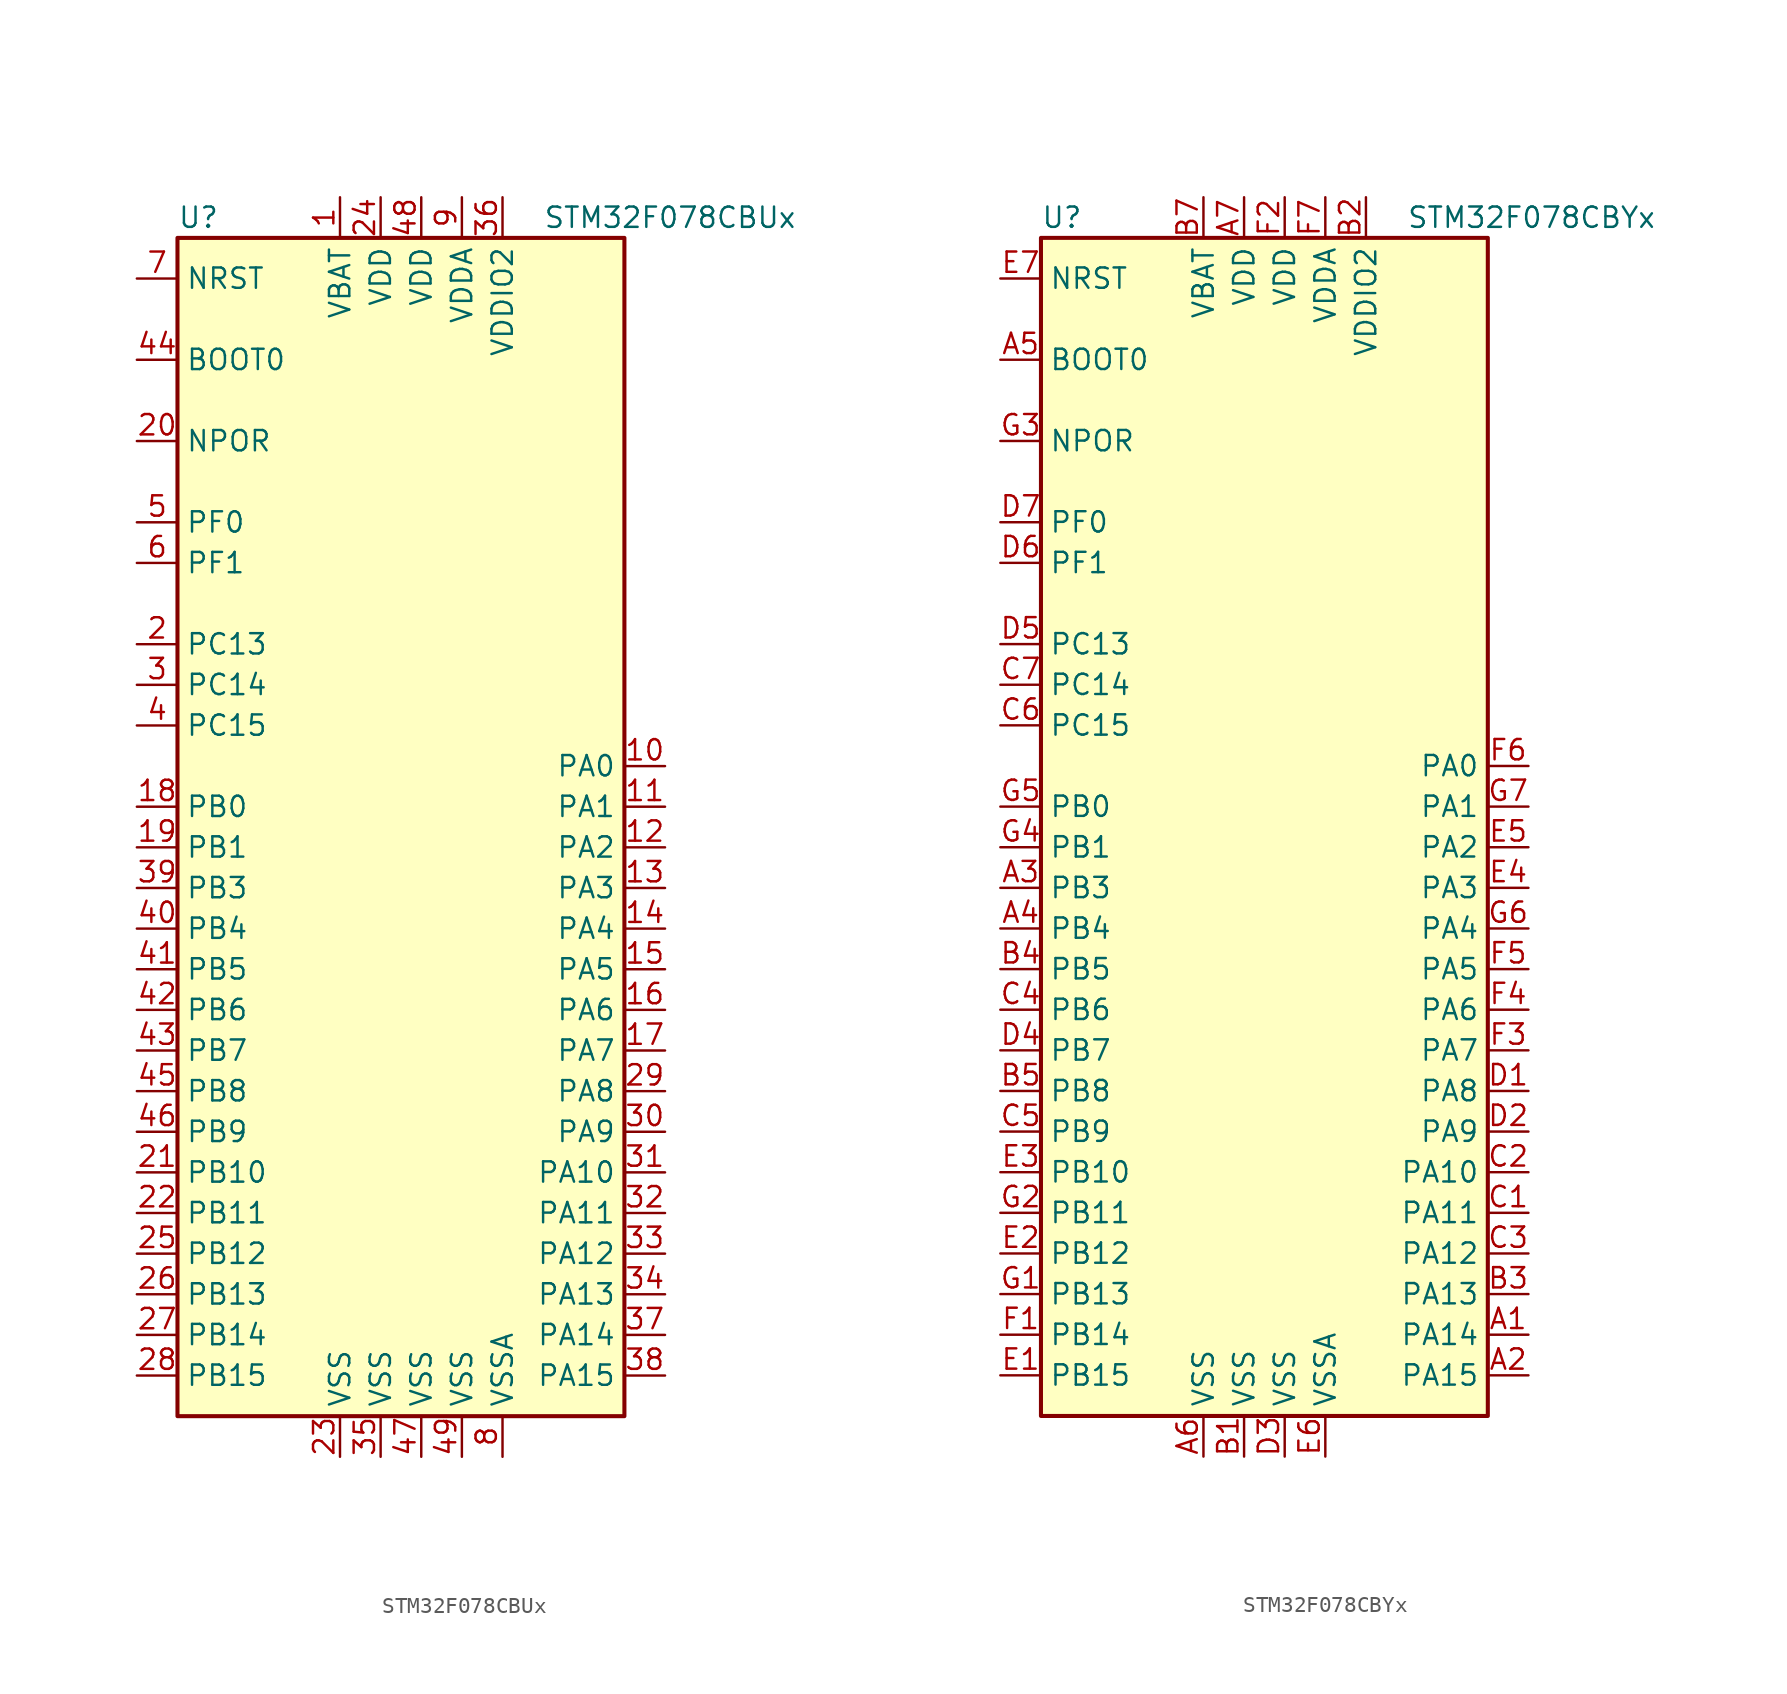
<source format=kicad_sym>
(kicad_symbol_lib
  (version 20201005)
  (generator kicad_symbol_editor)
  (symbol "STM32F078CBUx"
    (property "Reference" "U"
      (at -15.24 36.83 0)
      (effects (font (size 1.27 1.27)) (justify left)))
    (property "Value" "STM32F078CBUx"
      (at 7.62 36.83 0)
      (effects (font (size 1.27 1.27)) (justify left)))
    (symbol "STM32F078CBUx_0_1"
      (rectangle (start -15.24 -38.1) (end 12.7 35.56) (stroke (width 0.254)) (fill (type background))))
    (symbol "STM32F078CBUx_1_1"
      (pin power_in line (at -5.08 38.1 270) (length 2.54) (name "VBAT" (effects (font (size 1.27 1.27)))) (number "1" (effects (font (size 1.27 1.27)))))
      (pin bidirectional line (at 15.24 2.54 180) (length 2.54) (name "PA0" (effects (font (size 1.27 1.27)))) (number "10" (effects (font (size 1.27 1.27)))))
      (pin bidirectional line (at 15.24 0 180) (length 2.54) (name "PA1" (effects (font (size 1.27 1.27)))) (number "11" (effects (font (size 1.27 1.27)))))
      (pin bidirectional line (at 15.24 -2.54 180) (length 2.54) (name "PA2" (effects (font (size 1.27 1.27)))) (number "12" (effects (font (size 1.27 1.27)))))
      (pin bidirectional line (at 15.24 -5.08 180) (length 2.54) (name "PA3" (effects (font (size 1.27 1.27)))) (number "13" (effects (font (size 1.27 1.27)))))
      (pin bidirectional line (at 15.24 -7.62 180) (length 2.54) (name "PA4" (effects (font (size 1.27 1.27)))) (number "14" (effects (font (size 1.27 1.27)))))
      (pin bidirectional line (at 15.24 -10.16 180) (length 2.54) (name "PA5" (effects (font (size 1.27 1.27)))) (number "15" (effects (font (size 1.27 1.27)))))
      (pin bidirectional line (at 15.24 -12.7 180) (length 2.54) (name "PA6" (effects (font (size 1.27 1.27)))) (number "16" (effects (font (size 1.27 1.27)))))
      (pin bidirectional line (at 15.24 -15.24 180) (length 2.54) (name "PA7" (effects (font (size 1.27 1.27)))) (number "17" (effects (font (size 1.27 1.27)))))
      (pin bidirectional line (at -17.78 0 0) (length 2.54) (name "PB0" (effects (font (size 1.27 1.27)))) (number "18" (effects (font (size 1.27 1.27)))))
      (pin bidirectional line (at -17.78 -2.54 0) (length 2.54) (name "PB1" (effects (font (size 1.27 1.27)))) (number "19" (effects (font (size 1.27 1.27)))))
      (pin bidirectional line (at -17.78 10.16 0) (length 2.54) (name "PC13" (effects (font (size 1.27 1.27)))) (number "2" (effects (font (size 1.27 1.27)))))
      (pin power_in line (at -17.78 22.86 0) (length 2.54) (name "NPOR" (effects (font (size 1.27 1.27)))) (number "20" (effects (font (size 1.27 1.27)))))
      (pin bidirectional line (at -17.78 -22.86 0) (length 2.54) (name "PB10" (effects (font (size 1.27 1.27)))) (number "21" (effects (font (size 1.27 1.27)))))
      (pin bidirectional line (at -17.78 -25.4 0) (length 2.54) (name "PB11" (effects (font (size 1.27 1.27)))) (number "22" (effects (font (size 1.27 1.27)))))
      (pin power_in line (at -5.08 -40.64 90) (length 2.54) (name "VSS" (effects (font (size 1.27 1.27)))) (number "23" (effects (font (size 1.27 1.27)))))
      (pin power_in line (at -2.54 38.1 270) (length 2.54) (name "VDD" (effects (font (size 1.27 1.27)))) (number "24" (effects (font (size 1.27 1.27)))))
      (pin bidirectional line (at -17.78 -27.94 0) (length 2.54) (name "PB12" (effects (font (size 1.27 1.27)))) (number "25" (effects (font (size 1.27 1.27)))))
      (pin bidirectional line (at -17.78 -30.48 0) (length 2.54) (name "PB13" (effects (font (size 1.27 1.27)))) (number "26" (effects (font (size 1.27 1.27)))))
      (pin bidirectional line (at -17.78 -33.02 0) (length 2.54) (name "PB14" (effects (font (size 1.27 1.27)))) (number "27" (effects (font (size 1.27 1.27)))))
      (pin bidirectional line (at -17.78 -35.56 0) (length 2.54) (name "PB15" (effects (font (size 1.27 1.27)))) (number "28" (effects (font (size 1.27 1.27)))))
      (pin bidirectional line (at 15.24 -17.78 180) (length 2.54) (name "PA8" (effects (font (size 1.27 1.27)))) (number "29" (effects (font (size 1.27 1.27)))))
      (pin bidirectional line (at -17.78 7.62 0) (length 2.54) (name "PC14" (effects (font (size 1.27 1.27)))) (number "3" (effects (font (size 1.27 1.27)))))
      (pin bidirectional line (at 15.24 -20.32 180) (length 2.54) (name "PA9" (effects (font (size 1.27 1.27)))) (number "30" (effects (font (size 1.27 1.27)))))
      (pin bidirectional line (at 15.24 -22.86 180) (length 2.54) (name "PA10" (effects (font (size 1.27 1.27)))) (number "31" (effects (font (size 1.27 1.27)))))
      (pin bidirectional line (at 15.24 -25.4 180) (length 2.54) (name "PA11" (effects (font (size 1.27 1.27)))) (number "32" (effects (font (size 1.27 1.27)))))
      (pin bidirectional line (at 15.24 -27.94 180) (length 2.54) (name "PA12" (effects (font (size 1.27 1.27)))) (number "33" (effects (font (size 1.27 1.27)))))
      (pin bidirectional line (at 15.24 -30.48 180) (length 2.54) (name "PA13" (effects (font (size 1.27 1.27)))) (number "34" (effects (font (size 1.27 1.27)))))
      (pin power_in line (at -2.54 -40.64 90) (length 2.54) (name "VSS" (effects (font (size 1.27 1.27)))) (number "35" (effects (font (size 1.27 1.27)))))
      (pin power_in line (at 5.08 38.1 270) (length 2.54) (name "VDDIO2" (effects (font (size 1.27 1.27)))) (number "36" (effects (font (size 1.27 1.27)))))
      (pin bidirectional line (at 15.24 -33.02 180) (length 2.54) (name "PA14" (effects (font (size 1.27 1.27)))) (number "37" (effects (font (size 1.27 1.27)))))
      (pin bidirectional line (at 15.24 -35.56 180) (length 2.54) (name "PA15" (effects (font (size 1.27 1.27)))) (number "38" (effects (font (size 1.27 1.27)))))
      (pin bidirectional line (at -17.78 -5.08 0) (length 2.54) (name "PB3" (effects (font (size 1.27 1.27)))) (number "39" (effects (font (size 1.27 1.27)))))
      (pin bidirectional line (at -17.78 5.08 0) (length 2.54) (name "PC15" (effects (font (size 1.27 1.27)))) (number "4" (effects (font (size 1.27 1.27)))))
      (pin bidirectional line (at -17.78 -7.62 0) (length 2.54) (name "PB4" (effects (font (size 1.27 1.27)))) (number "40" (effects (font (size 1.27 1.27)))))
      (pin bidirectional line (at -17.78 -10.16 0) (length 2.54) (name "PB5" (effects (font (size 1.27 1.27)))) (number "41" (effects (font (size 1.27 1.27)))))
      (pin bidirectional line (at -17.78 -12.7 0) (length 2.54) (name "PB6" (effects (font (size 1.27 1.27)))) (number "42" (effects (font (size 1.27 1.27)))))
      (pin bidirectional line (at -17.78 -15.24 0) (length 2.54) (name "PB7" (effects (font (size 1.27 1.27)))) (number "43" (effects (font (size 1.27 1.27)))))
      (pin input line (at -17.78 27.94 0) (length 2.54) (name "BOOT0" (effects (font (size 1.27 1.27)))) (number "44" (effects (font (size 1.27 1.27)))))
      (pin bidirectional line (at -17.78 -17.78 0) (length 2.54) (name "PB8" (effects (font (size 1.27 1.27)))) (number "45" (effects (font (size 1.27 1.27)))))
      (pin bidirectional line (at -17.78 -20.32 0) (length 2.54) (name "PB9" (effects (font (size 1.27 1.27)))) (number "46" (effects (font (size 1.27 1.27)))))
      (pin power_in line (at 0 -40.64 90) (length 2.54) (name "VSS" (effects (font (size 1.27 1.27)))) (number "47" (effects (font (size 1.27 1.27)))))
      (pin power_in line (at 0 38.1 270) (length 2.54) (name "VDD" (effects (font (size 1.27 1.27)))) (number "48" (effects (font (size 1.27 1.27)))))
      (pin power_in line (at 2.54 -40.64 90) (length 2.54) (name "VSS" (effects (font (size 1.27 1.27)))) (number "49" (effects (font (size 1.27 1.27)))))
      (pin input line (at -17.78 17.78 0) (length 2.54) (name "PF0" (effects (font (size 1.27 1.27)))) (number "5" (effects (font (size 1.27 1.27)))))
      (pin input line (at -17.78 15.24 0) (length 2.54) (name "PF1" (effects (font (size 1.27 1.27)))) (number "6" (effects (font (size 1.27 1.27)))))
      (pin input line (at -17.78 33.02 0) (length 2.54) (name "NRST" (effects (font (size 1.27 1.27)))) (number "7" (effects (font (size 1.27 1.27)))))
      (pin power_in line (at 5.08 -40.64 90) (length 2.54) (name "VSSA" (effects (font (size 1.27 1.27)))) (number "8" (effects (font (size 1.27 1.27)))))
      (pin power_in line (at 2.54 38.1 270) (length 2.54) (name "VDDA" (effects (font (size 1.27 1.27)))) (number "9" (effects (font (size 1.27 1.27)))))))
  (symbol "STM32F078CBYx"
    (property "Reference" "U"
      (at -15.24 36.83 0)
      (effects (font (size 1.27 1.27)) (justify left)))
    (property "Value" "STM32F078CBYx"
      (at 7.62 36.83 0)
      (effects (font (size 1.27 1.27)) (justify left)))
    (symbol "STM32F078CBYx_0_1"
      (rectangle (start -15.24 -38.1) (end 12.7 35.56) (stroke (width 0.254)) (fill (type background))))
    (symbol "STM32F078CBYx_1_1"
      (pin bidirectional line (at 15.24 -33.02 180) (length 2.54) (name "PA14" (effects (font (size 1.27 1.27)))) (number "A1" (effects (font (size 1.27 1.27)))))
      (pin bidirectional line (at 15.24 -35.56 180) (length 2.54) (name "PA15" (effects (font (size 1.27 1.27)))) (number "A2" (effects (font (size 1.27 1.27)))))
      (pin bidirectional line (at -17.78 -5.08 0) (length 2.54) (name "PB3" (effects (font (size 1.27 1.27)))) (number "A3" (effects (font (size 1.27 1.27)))))
      (pin bidirectional line (at -17.78 -7.62 0) (length 2.54) (name "PB4" (effects (font (size 1.27 1.27)))) (number "A4" (effects (font (size 1.27 1.27)))))
      (pin input line (at -17.78 27.94 0) (length 2.54) (name "BOOT0" (effects (font (size 1.27 1.27)))) (number "A5" (effects (font (size 1.27 1.27)))))
      (pin power_in line (at -5.08 -40.64 90) (length 2.54) (name "VSS" (effects (font (size 1.27 1.27)))) (number "A6" (effects (font (size 1.27 1.27)))))
      (pin power_in line (at -2.54 38.1 270) (length 2.54) (name "VDD" (effects (font (size 1.27 1.27)))) (number "A7" (effects (font (size 1.27 1.27)))))
      (pin power_in line (at -2.54 -40.64 90) (length 2.54) (name "VSS" (effects (font (size 1.27 1.27)))) (number "B1" (effects (font (size 1.27 1.27)))))
      (pin power_in line (at 5.08 38.1 270) (length 2.54) (name "VDDIO2" (effects (font (size 1.27 1.27)))) (number "B2" (effects (font (size 1.27 1.27)))))
      (pin bidirectional line (at 15.24 -30.48 180) (length 2.54) (name "PA13" (effects (font (size 1.27 1.27)))) (number "B3" (effects (font (size 1.27 1.27)))))
      (pin bidirectional line (at -17.78 -10.16 0) (length 2.54) (name "PB5" (effects (font (size 1.27 1.27)))) (number "B4" (effects (font (size 1.27 1.27)))))
      (pin bidirectional line (at -17.78 -17.78 0) (length 2.54) (name "PB8" (effects (font (size 1.27 1.27)))) (number "B5" (effects (font (size 1.27 1.27)))))
      (pin no_connect line (at -15.24 -35.56 0) (length 2.54) hide (name "NC" (effects (font (size 1.27 1.27)))) (number "B6" (effects (font (size 1.27 1.27)))))
      (pin power_in line (at -5.08 38.1 270) (length 2.54) (name "VBAT" (effects (font (size 1.27 1.27)))) (number "B7" (effects (font (size 1.27 1.27)))))
      (pin bidirectional line (at 15.24 -25.4 180) (length 2.54) (name "PA11" (effects (font (size 1.27 1.27)))) (number "C1" (effects (font (size 1.27 1.27)))))
      (pin bidirectional line (at 15.24 -22.86 180) (length 2.54) (name "PA10" (effects (font (size 1.27 1.27)))) (number "C2" (effects (font (size 1.27 1.27)))))
      (pin bidirectional line (at 15.24 -27.94 180) (length 2.54) (name "PA12" (effects (font (size 1.27 1.27)))) (number "C3" (effects (font (size 1.27 1.27)))))
      (pin bidirectional line (at -17.78 -12.7 0) (length 2.54) (name "PB6" (effects (font (size 1.27 1.27)))) (number "C4" (effects (font (size 1.27 1.27)))))
      (pin bidirectional line (at -17.78 -20.32 0) (length 2.54) (name "PB9" (effects (font (size 1.27 1.27)))) (number "C5" (effects (font (size 1.27 1.27)))))
      (pin bidirectional line (at -17.78 5.08 0) (length 2.54) (name "PC15" (effects (font (size 1.27 1.27)))) (number "C6" (effects (font (size 1.27 1.27)))))
      (pin bidirectional line (at -17.78 7.62 0) (length 2.54) (name "PC14" (effects (font (size 1.27 1.27)))) (number "C7" (effects (font (size 1.27 1.27)))))
      (pin bidirectional line (at 15.24 -17.78 180) (length 2.54) (name "PA8" (effects (font (size 1.27 1.27)))) (number "D1" (effects (font (size 1.27 1.27)))))
      (pin bidirectional line (at 15.24 -20.32 180) (length 2.54) (name "PA9" (effects (font (size 1.27 1.27)))) (number "D2" (effects (font (size 1.27 1.27)))))
      (pin power_in line (at 0 -40.64 90) (length 2.54) (name "VSS" (effects (font (size 1.27 1.27)))) (number "D3" (effects (font (size 1.27 1.27)))))
      (pin bidirectional line (at -17.78 -15.24 0) (length 2.54) (name "PB7" (effects (font (size 1.27 1.27)))) (number "D4" (effects (font (size 1.27 1.27)))))
      (pin bidirectional line (at -17.78 10.16 0) (length 2.54) (name "PC13" (effects (font (size 1.27 1.27)))) (number "D5" (effects (font (size 1.27 1.27)))))
      (pin input line (at -17.78 15.24 0) (length 2.54) (name "PF1" (effects (font (size 1.27 1.27)))) (number "D6" (effects (font (size 1.27 1.27)))))
      (pin input line (at -17.78 17.78 0) (length 2.54) (name "PF0" (effects (font (size 1.27 1.27)))) (number "D7" (effects (font (size 1.27 1.27)))))
      (pin bidirectional line (at -17.78 -35.56 0) (length 2.54) (name "PB15" (effects (font (size 1.27 1.27)))) (number "E1" (effects (font (size 1.27 1.27)))))
      (pin bidirectional line (at -17.78 -27.94 0) (length 2.54) (name "PB12" (effects (font (size 1.27 1.27)))) (number "E2" (effects (font (size 1.27 1.27)))))
      (pin bidirectional line (at -17.78 -22.86 0) (length 2.54) (name "PB10" (effects (font (size 1.27 1.27)))) (number "E3" (effects (font (size 1.27 1.27)))))
      (pin bidirectional line (at 15.24 -5.08 180) (length 2.54) (name "PA3" (effects (font (size 1.27 1.27)))) (number "E4" (effects (font (size 1.27 1.27)))))
      (pin bidirectional line (at 15.24 -2.54 180) (length 2.54) (name "PA2" (effects (font (size 1.27 1.27)))) (number "E5" (effects (font (size 1.27 1.27)))))
      (pin power_in line (at 2.54 -40.64 90) (length 2.54) (name "VSSA" (effects (font (size 1.27 1.27)))) (number "E6" (effects (font (size 1.27 1.27)))))
      (pin input line (at -17.78 33.02 0) (length 2.54) (name "NRST" (effects (font (size 1.27 1.27)))) (number "E7" (effects (font (size 1.27 1.27)))))
      (pin bidirectional line (at -17.78 -33.02 0) (length 2.54) (name "PB14" (effects (font (size 1.27 1.27)))) (number "F1" (effects (font (size 1.27 1.27)))))
      (pin power_in line (at 0 38.1 270) (length 2.54) (name "VDD" (effects (font (size 1.27 1.27)))) (number "F2" (effects (font (size 1.27 1.27)))))
      (pin bidirectional line (at 15.24 -15.24 180) (length 2.54) (name "PA7" (effects (font (size 1.27 1.27)))) (number "F3" (effects (font (size 1.27 1.27)))))
      (pin bidirectional line (at 15.24 -12.7 180) (length 2.54) (name "PA6" (effects (font (size 1.27 1.27)))) (number "F4" (effects (font (size 1.27 1.27)))))
      (pin bidirectional line (at 15.24 -10.16 180) (length 2.54) (name "PA5" (effects (font (size 1.27 1.27)))) (number "F5" (effects (font (size 1.27 1.27)))))
      (pin bidirectional line (at 15.24 2.54 180) (length 2.54) (name "PA0" (effects (font (size 1.27 1.27)))) (number "F6" (effects (font (size 1.27 1.27)))))
      (pin power_in line (at 2.54 38.1 270) (length 2.54) (name "VDDA" (effects (font (size 1.27 1.27)))) (number "F7" (effects (font (size 1.27 1.27)))))
      (pin bidirectional line (at -17.78 -30.48 0) (length 2.54) (name "PB13" (effects (font (size 1.27 1.27)))) (number "G1" (effects (font (size 1.27 1.27)))))
      (pin bidirectional line (at -17.78 -25.4 0) (length 2.54) (name "PB11" (effects (font (size 1.27 1.27)))) (number "G2" (effects (font (size 1.27 1.27)))))
      (pin power_in line (at -17.78 22.86 0) (length 2.54) (name "NPOR" (effects (font (size 1.27 1.27)))) (number "G3" (effects (font (size 1.27 1.27)))))
      (pin bidirectional line (at -17.78 -2.54 0) (length 2.54) (name "PB1" (effects (font (size 1.27 1.27)))) (number "G4" (effects (font (size 1.27 1.27)))))
      (pin bidirectional line (at -17.78 0 0) (length 2.54) (name "PB0" (effects (font (size 1.27 1.27)))) (number "G5" (effects (font (size 1.27 1.27)))))
      (pin bidirectional line (at 15.24 -7.62 180) (length 2.54) (name "PA4" (effects (font (size 1.27 1.27)))) (number "G6" (effects (font (size 1.27 1.27)))))
      (pin bidirectional line (at 15.24 0 180) (length 2.54) (name "PA1" (effects (font (size 1.27 1.27)))) (number "G7" (effects (font (size 1.27 1.27))))))))
</source>
